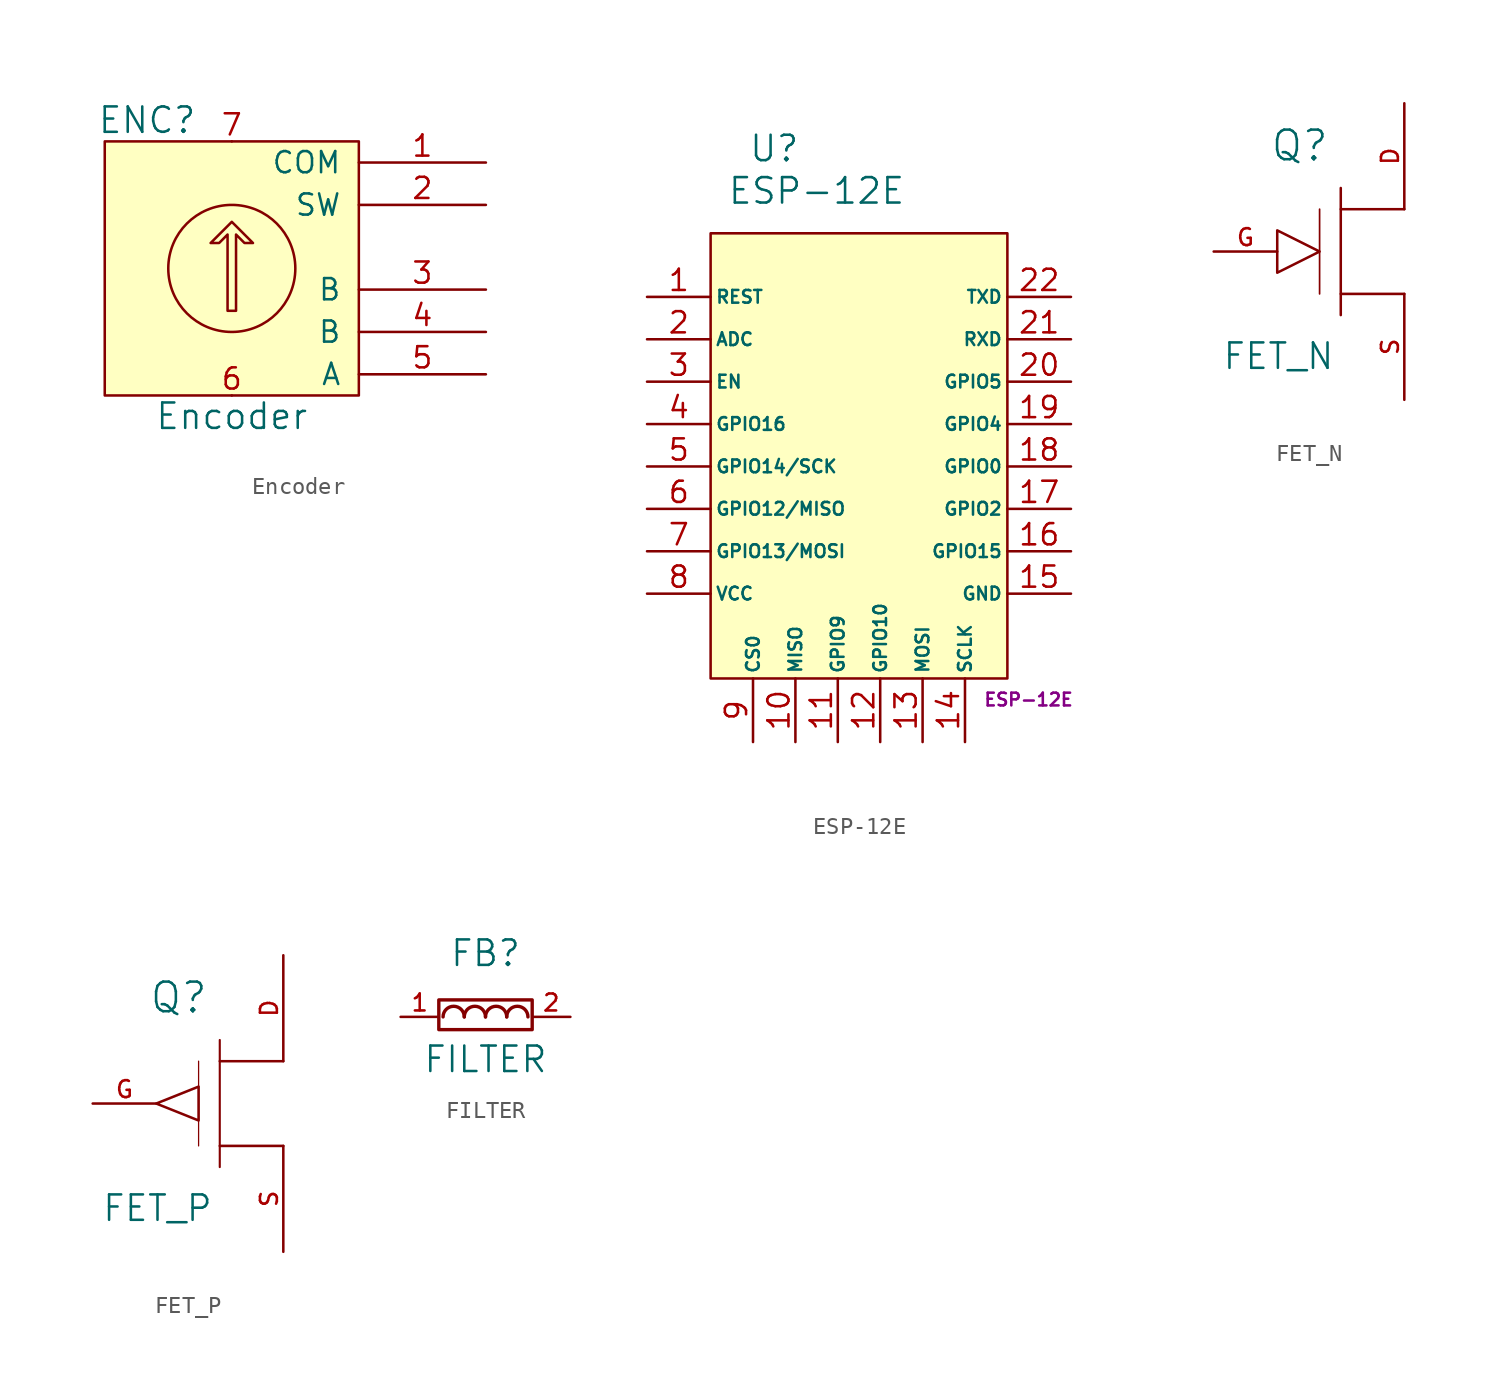
<source format=kicad_sym>
(kicad_symbol_lib
  (version 20220914)
  (generator kicad_symbol_editor)
  (symbol "Encoder"
    (pin_names
      (offset 1.016))
    (property "Reference" "ENC"
      (at -5.08 8.89 0)
      (effects (font (size 1.524 1.524))))
    (property "Value" "Encoder"
      (at 0 -8.865 0)
      (effects (font (size 1.524 1.524))))
    (property "Footprint" ""
      (at 0 0 0)
      (effects (font (size 1.524 1.524))))
    (property "Datasheet" ""
      (at 0 0 0)
      (effects (font (size 1.524 1.524))))
    (symbol "Encoder_0_1"
      (polyline (pts (xy -0.254 -2.54) (xy -0.254 2.032) (xy -0.762 1.524) (xy -1.27 1.524) (xy 0 2.794) (xy 1.27 1.524) (xy 0.762 1.524) (xy 0.254 2.032) (xy 0.254 -2.54) (xy -0.254 -2.54) (xy -0.254 -2.54)) (stroke (width 0) (type default)) (fill (type none)))
      (circle (center 0 0) (radius 3.81) (stroke (width 0) (type default)) (fill (type none)))
      (rectangle (start 7.62 7.62) (end -7.62 -7.62) (stroke (width 0) (type default)) (fill (type background))))
    (symbol "Encoder_1_1"
      (pin passive line (at 15.24 6.35 180) (length 7.62) (name "COM" (effects (font (size 1.27 1.27)))) (number "1" (effects (font (size 1.27 1.27)))))
      (pin passive line (at 15.24 3.81 180) (length 7.62) (name "SW" (effects (font (size 1.27 1.27)))) (number "2" (effects (font (size 1.27 1.27)))))
      (pin passive line (at 15.24 -1.27 180) (length 7.62) (name "B" (effects (font (size 1.27 1.27)))) (number "3" (effects (font (size 1.27 1.27)))))
      (pin passive line (at 15.24 -3.81 180) (length 7.62) (name "B" (effects (font (size 1.27 1.27)))) (number "4" (effects (font (size 1.27 1.27)))))
      (pin passive line (at 15.24 -6.35 180) (length 7.62) (name "A" (effects (font (size 1.27 1.27)))) (number "5" (effects (font (size 1.27 1.27)))))
      (pin passive line (at 0 -7.62 180) (length 0) (name "~" (effects (font (size 1.27 1.27)))) (number "6" (effects (font (size 1.27 1.27)))))
      (pin passive line (at 0 7.62 180) (length 0) (name "~" (effects (font (size 1.27 1.27)))) (number "7" (effects (font (size 1.27 1.27)))))))
  (symbol "ESP-12E"
    (pin_names
      (offset 0.254))
    (property "Reference" "U"
      (at -5.08 17.78 0)
      (effects (font (size 1.524 1.524))))
    (property "Value" "ESP-12E"
      (at -2.54 15.24 0)
      (effects (font (size 1.524 1.524))))
    (property "Footprint" "ESP-12E"
      (at 10.16 -15.24 0)
      (effects (font (size 0.762 0.762))))
    (property "Datasheet" ""
      (at 0 -1.27 0)
      (effects (font (size 1.524 1.524))))
    (symbol "ESP-12E_0_1"
      (rectangle (start -8.89 12.7) (end 8.89 -13.97) (stroke (width 0) (type default)) (fill (type background))))
    (symbol "ESP-12E_1_1"
      (pin bidirectional line (at -12.7 8.89 0) (length 3.81) (name "REST" (effects (font (size 0.762 0.762)))) (number "1" (effects (font (size 1.27 1.27)))))
      (pin bidirectional line (at -3.81 -17.78 90) (length 3.81) (name "MISO" (effects (font (size 0.762 0.762)))) (number "10" (effects (font (size 1.27 1.27)))))
      (pin bidirectional line (at -1.27 -17.78 90) (length 3.81) (name "GPIO9" (effects (font (size 0.762 0.762)))) (number "11" (effects (font (size 1.27 1.27)))))
      (pin bidirectional line (at 1.27 -17.78 90) (length 3.81) (name "GPIO10" (effects (font (size 0.762 0.762)))) (number "12" (effects (font (size 1.27 1.27)))))
      (pin bidirectional line (at 3.81 -17.78 90) (length 3.81) (name "MOSI" (effects (font (size 0.762 0.762)))) (number "13" (effects (font (size 1.27 1.27)))))
      (pin bidirectional line (at 6.35 -17.78 90) (length 3.81) (name "SCLK" (effects (font (size 0.762 0.762)))) (number "14" (effects (font (size 1.27 1.27)))))
      (pin bidirectional line (at 12.7 -8.89 180) (length 3.81) (name "GND" (effects (font (size 0.762 0.762)))) (number "15" (effects (font (size 1.27 1.27)))))
      (pin bidirectional line (at 12.7 -6.35 180) (length 3.81) (name "GPIO15" (effects (font (size 0.762 0.762)))) (number "16" (effects (font (size 1.27 1.27)))))
      (pin bidirectional line (at 12.7 -3.81 180) (length 3.81) (name "GPIO2" (effects (font (size 0.762 0.762)))) (number "17" (effects (font (size 1.27 1.27)))))
      (pin bidirectional line (at 12.7 -1.27 180) (length 3.81) (name "GPIO0" (effects (font (size 0.762 0.762)))) (number "18" (effects (font (size 1.27 1.27)))))
      (pin bidirectional line (at 12.7 1.27 180) (length 3.81) (name "GPIO4" (effects (font (size 0.762 0.762)))) (number "19" (effects (font (size 1.27 1.27)))))
      (pin bidirectional line (at -12.7 6.35 0) (length 3.81) (name "ADC" (effects (font (size 0.762 0.762)))) (number "2" (effects (font (size 1.27 1.27)))))
      (pin bidirectional line (at 12.7 3.81 180) (length 3.81) (name "GPIO5" (effects (font (size 0.762 0.762)))) (number "20" (effects (font (size 1.27 1.27)))))
      (pin bidirectional line (at 12.7 6.35 180) (length 3.81) (name "RXD" (effects (font (size 0.762 0.762)))) (number "21" (effects (font (size 1.27 1.27)))))
      (pin bidirectional line (at 12.7 8.89 180) (length 3.81) (name "TXD" (effects (font (size 0.762 0.762)))) (number "22" (effects (font (size 1.27 1.27)))))
      (pin bidirectional line (at -12.7 3.81 0) (length 3.81) (name "EN" (effects (font (size 0.762 0.762)))) (number "3" (effects (font (size 1.27 1.27)))))
      (pin bidirectional line (at -12.7 1.27 0) (length 3.81) (name "GPIO16" (effects (font (size 0.762 0.762)))) (number "4" (effects (font (size 1.27 1.27)))))
      (pin bidirectional line (at -12.7 -1.27 0) (length 3.81) (name "GPIO14/SCK" (effects (font (size 0.762 0.762)))) (number "5" (effects (font (size 1.27 1.27)))))
      (pin bidirectional line (at -12.7 -3.81 0) (length 3.81) (name "GPIO12/MISO" (effects (font (size 0.762 0.762)))) (number "6" (effects (font (size 1.27 1.27)))))
      (pin bidirectional line (at -12.7 -6.35 0) (length 3.81) (name "GPIO13/MOSI" (effects (font (size 0.762 0.762)))) (number "7" (effects (font (size 1.27 1.27)))))
      (pin bidirectional line (at -12.7 -8.89 0) (length 3.81) (name "VCC" (effects (font (size 0.762 0.762)))) (number "8" (effects (font (size 1.27 1.27)))))
      (pin bidirectional line (at -6.35 -17.78 90) (length 3.81) (name "CS0" (effects (font (size 0.762 0.762)))) (number "9" (effects (font (size 1.27 1.27)))))))
  (symbol "FET_N"
    (pin_names
      (offset 0.762) hide)
    (property "Reference" "Q"
      (at -2.464 6.35 0)
      (effects (font (size 1.778 1.778))))
    (property "Value" "FET_N"
      (at -3.734 -6.274 0)
      (effects (font (size 1.524 1.524))))
    (property "Footprint" ""
      (at 0 0 0)
      (effects (font (size 1.524 1.524))))
    (property "Datasheet" ""
      (at 0 0 0)
      (effects (font (size 1.524 1.524))))
    (symbol "FET_N_0_1"
      (polyline (pts (xy 0 -3.81) (xy 0 3.81)) (stroke (width 0.152) (type default)) (fill (type none)))
      (polyline (pts (xy 0 -2.54) (xy 3.81 -2.54)) (stroke (width 0) (type default)) (fill (type none)))
      (polyline (pts (xy 0 2.54) (xy 3.81 2.54)) (stroke (width 0) (type default)) (fill (type none)))
      (polyline (pts (xy -1.27 2.54) (xy -1.27 -2.54) (xy -1.27 -2.54)) (stroke (width 0.102) (type default)) (fill (type none)))
      (polyline (pts (xy -1.27 0) (xy -3.81 -1.27) (xy -3.81 1.27) (xy -1.27 0) (xy -1.27 0)) (stroke (width 0) (type default)) (fill (type none))))
    (symbol "FET_N_1_1"
      (pin passive line (at 3.81 8.89 270) (length 6.35) (name "D" (effects (font (size 1.016 1.016)))) (number "D" (effects (font (size 1.016 1.016)))))
      (pin input line (at -7.62 0 0) (length 3.81) (name "G" (effects (font (size 1.016 1.016)))) (number "G" (effects (font (size 1.016 1.016)))))
      (pin passive line (at 3.81 -8.89 90) (length 6.35) (name "S" (effects (font (size 1.016 1.016)))) (number "S" (effects (font (size 1.016 1.016)))))))
  (symbol "FET_P"
    (pin_names
      (offset 1.016) hide)
    (property "Reference" "Q"
      (at -2.464 6.35 0)
      (effects (font (size 1.778 1.778))))
    (property "Value" "FET_P"
      (at -3.734 -6.274 0)
      (effects (font (size 1.524 1.524))))
    (property "Footprint" ""
      (at 0 0 0)
      (effects (font (size 1.524 1.524))))
    (property "Datasheet" ""
      (at 0 0 0)
      (effects (font (size 1.524 1.524))))
    (symbol "FET_P_0_1"
      (polyline (pts (xy 0 -3.81) (xy 0 3.81)) (stroke (width 0.127) (type default)) (fill (type none)))
      (polyline (pts (xy 0 -2.54) (xy 3.81 -2.54)) (stroke (width 0) (type default)) (fill (type none)))
      (polyline (pts (xy 0 2.54) (xy 3.81 2.54)) (stroke (width 0) (type default)) (fill (type none)))
      (polyline (pts (xy -1.27 2.54) (xy -1.27 -2.54) (xy -1.27 -2.54)) (stroke (width 0.076) (type default)) (fill (type none)))
      (polyline (pts (xy -1.27 -1.016) (xy -3.81 0) (xy -1.27 1.016) (xy -1.27 -1.016) (xy -1.27 -1.016)) (stroke (width 0) (type default)) (fill (type none))))
    (symbol "FET_P_1_1"
      (pin passive line (at 3.81 8.89 270) (length 6.35) (name "D" (effects (font (size 1.016 1.016)))) (number "D" (effects (font (size 1.016 1.016)))))
      (pin input line (at -7.62 0 0) (length 3.81) (name "G" (effects (font (size 1.016 1.016)))) (number "G" (effects (font (size 1.016 1.016)))))
      (pin passive line (at 3.81 -8.89 90) (length 6.35) (name "S" (effects (font (size 1.016 1.016)))) (number "S" (effects (font (size 1.016 1.016)))))))
  (symbol "FILTER"
    (pin_names
      (offset 1.016) hide)
    (property "Reference" "FB"
      (at 0 3.81 0)
      (effects (font (size 1.524 1.524))))
    (property "Value" "FILTER"
      (at 0 -2.54 0)
      (effects (font (size 1.524 1.524))))
    (property "Footprint" ""
      (at 0 0 0)
      (effects (font (size 1.524 1.524))))
    (property "Datasheet" ""
      (at 0 0 0)
      (effects (font (size 1.524 1.524))))
    (symbol "FILTER_0_1"
      (rectangle (start -2.794 1.016) (end 2.794 -0.762) (stroke (width 0.203) (type default)) (fill (type none)))
      (arc (start -1.27 0) (mid -1.905 0.6323) (end -2.54 0) (stroke (width 0.2032) (type default)) (fill (type none)))
      (arc (start 0 0) (mid -0.635 0.6323) (end -1.27 0) (stroke (width 0.2032) (type default)) (fill (type none)))
      (arc (start 0 0) (mid 0 0) (end 0 0) (stroke (width 0) (type default)) (fill (type none)))
      (arc (start 1.27 0) (mid 0.635 0.6323) (end 0 0) (stroke (width 0.2032) (type default)) (fill (type none)))
      (arc (start 2.54 0) (mid 1.905 0.6323) (end 1.27 0) (stroke (width 0.2032) (type default)) (fill (type none)))
      (pin passive line (at -5.08 0 0) (length 2.286) (name "1" (effects (font (size 1.016 1.016)))) (number "1" (effects (font (size 1.016 1.016))))))
    (symbol "FILTER_1_1"
      (pin passive line (at 5.08 0 180) (length 2.286) (name "2" (effects (font (size 1.016 1.016)))) (number "2" (effects (font (size 1.016 1.016))))))))
</source>
